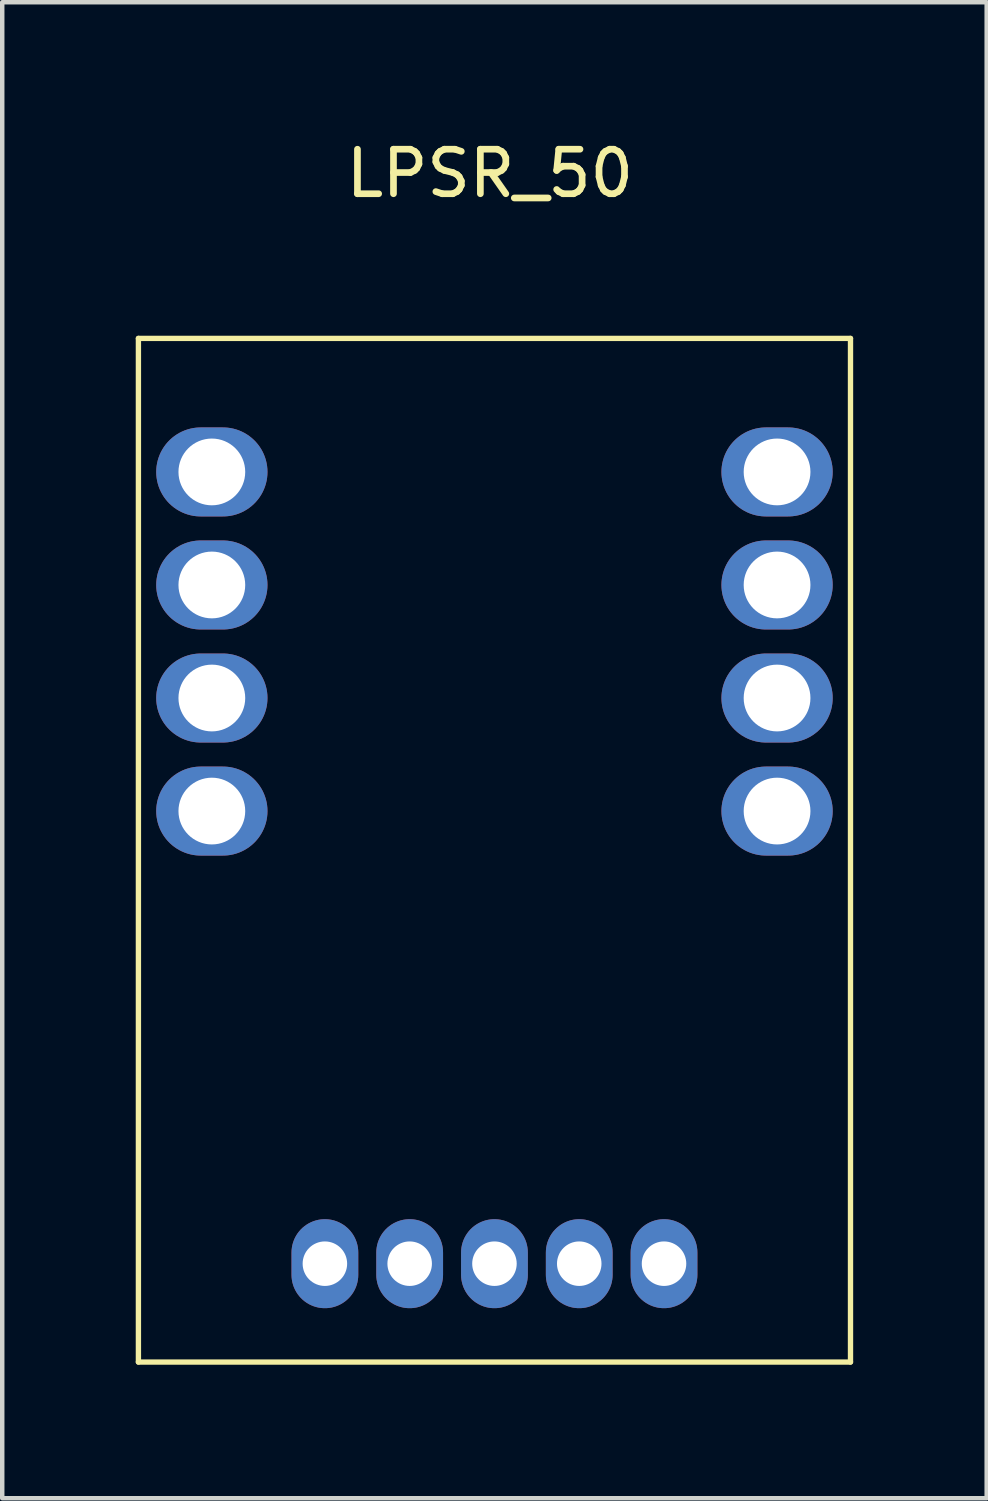
<source format=kicad_pcb>
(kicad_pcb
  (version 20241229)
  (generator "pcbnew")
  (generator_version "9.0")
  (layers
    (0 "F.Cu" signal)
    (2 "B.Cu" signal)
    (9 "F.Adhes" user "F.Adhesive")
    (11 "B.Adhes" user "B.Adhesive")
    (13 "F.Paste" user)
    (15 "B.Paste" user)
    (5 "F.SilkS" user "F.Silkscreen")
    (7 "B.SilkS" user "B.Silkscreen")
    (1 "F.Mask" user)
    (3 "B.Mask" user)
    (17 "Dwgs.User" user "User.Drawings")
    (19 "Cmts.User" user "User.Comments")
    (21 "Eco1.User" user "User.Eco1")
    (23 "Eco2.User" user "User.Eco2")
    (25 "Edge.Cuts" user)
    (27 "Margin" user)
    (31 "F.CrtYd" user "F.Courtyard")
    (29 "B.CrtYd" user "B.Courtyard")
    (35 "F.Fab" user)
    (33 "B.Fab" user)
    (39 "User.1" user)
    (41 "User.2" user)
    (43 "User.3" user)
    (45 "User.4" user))
  (footprint "LPSR_50"
    (layer "F.Cu")
    (at 8.06 7.554)
    (property "Reference" "LPSR_50" (at -0.102 -6.706 0) (layer "F.SilkS") (effects (font (size 1 1) (thickness 0.15))))
    (attr through_hole)
    (fp_line (start -8 -3) (end 8 -3) (stroke (width 0.12) (type solid)) (layer "F.SilkS"))
    (fp_line (start -8 20) (end -8 -3) (stroke (width 0.12) (type solid)) (layer "F.SilkS"))
    (fp_line (start 8 -3) (end 8 20) (stroke (width 0.12) (type solid)) (layer "F.SilkS"))
    (fp_line (start 8 20) (end -8 20) (stroke (width 0.12) (type solid)) (layer "F.SilkS"))
    (pad "1" thru_hole oval (at -6.35 0) (size 2.5 2) (drill 1.5) (layers "*.Cu" "*.Mask"))
    (pad "2" thru_hole oval (at -6.35 2.54) (size 2.5 2) (drill 1.5) (layers "*.Cu" "*.Mask"))
    (pad "3" thru_hole oval (at -6.35 5.08) (size 2.5 2) (drill 1.5) (layers "*.Cu" "*.Mask"))
    (pad "4" thru_hole oval (at -6.35 7.62) (size 2.5 2) (drill 1.5) (layers "*.Cu" "*.Mask"))
    (pad "5" thru_hole oval (at 6.35 0) (size 2.5 2) (drill 1.5) (layers "*.Cu" "*.Mask"))
    (pad "6" thru_hole oval (at 6.35 2.54) (size 2.5 2) (drill 1.5) (layers "*.Cu" "*.Mask"))
    (pad "7" thru_hole oval (at 6.35 5.08) (size 2.5 2) (drill 1.5) (layers "*.Cu" "*.Mask"))
    (pad "8" thru_hole oval (at 6.35 7.62) (size 2.5 2) (drill 1.5) (layers "*.Cu" "*.Mask"))
    (pad "9" thru_hole oval (at -3.81 17.79) (size 1.5 2) (drill 1) (layers "*.Cu" "*.Mask"))
    (pad "10" thru_hole oval (at -1.905 17.79) (size 1.5 2) (drill 1) (layers "*.Cu" "*.Mask"))
    (pad "11" thru_hole oval (at 0 17.79) (size 1.5 2) (drill 1) (layers "*.Cu" "*.Mask"))
    (pad "12" thru_hole oval (at 1.905 17.79) (size 1.5 2) (drill 1) (layers "*.Cu" "*.Mask"))
    (pad "13" thru_hole oval (at 3.81 17.79) (size 1.5 2) (drill 1) (layers "*.Cu" "*.Mask")))
  (gr_rect
    (start -3 -3)
    (end 19.12 30.614)
    (stroke (width 0.1) (type default))
    (fill no)
    (layer "Edge.Cuts")))
</source>
